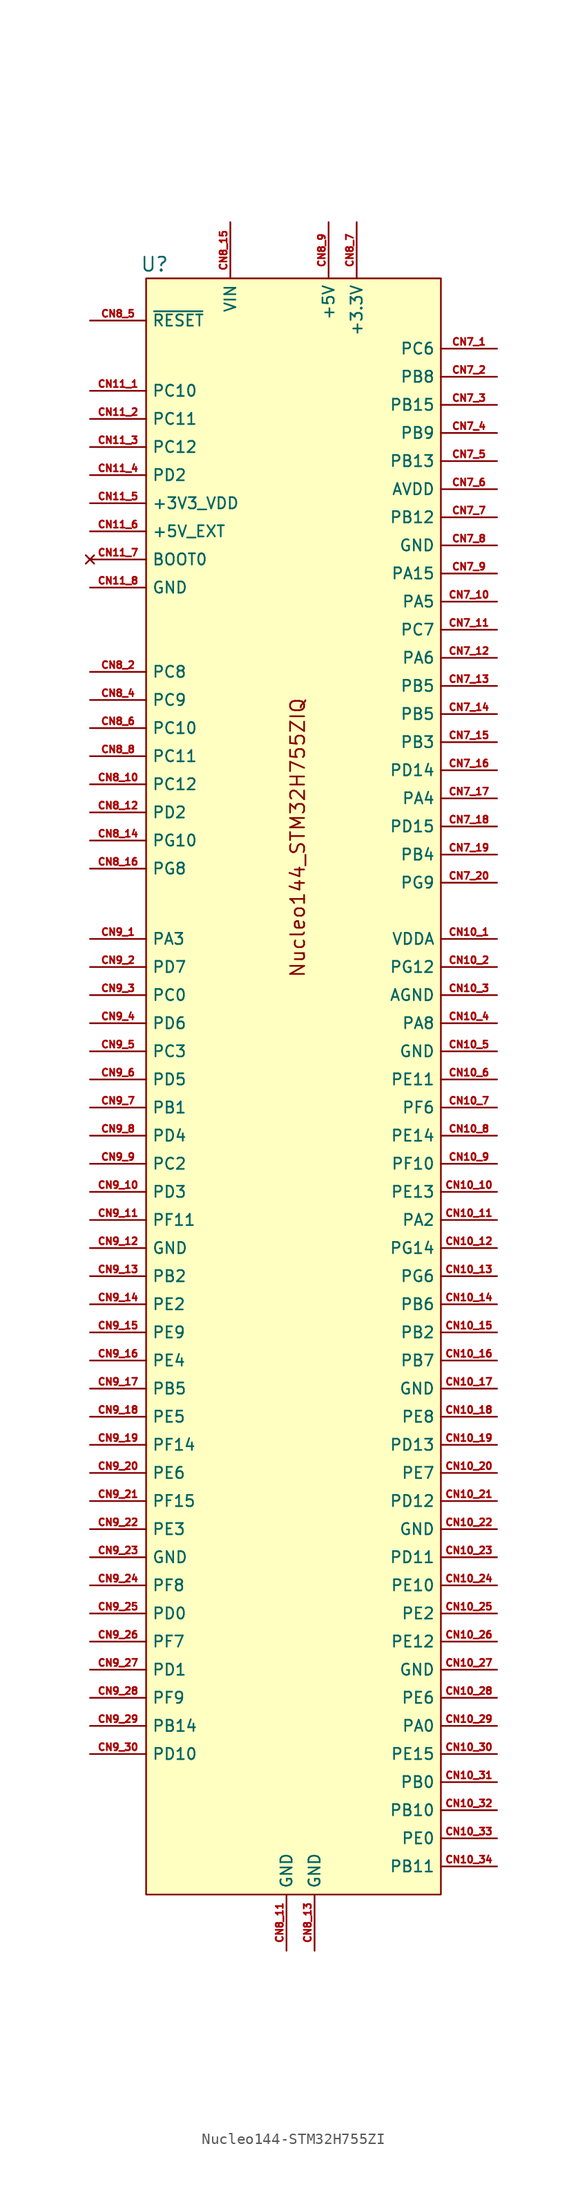
<source format=kicad_sym>
(kicad_symbol_lib
  (version 20231120)
  (generator "kicad_symbol_editor")
  (generator_version "8.0")
  (symbol "Nucleo144-STM32H755ZI"
    (property "Reference" "U"
      (at -13.208 1.27 0)
      (effects (font (size 1.27 1.27))))
    (property "Value" ""
      (at 0 0 0)
      (effects (font (size 1.27 1.27))))
    (symbol "Nucleo144-STM32H755ZI_1_0"
      (pin power_in line (at -1.27 -151.13 90) (length 5.08) (name "GND" (effects (font (size 1.016 1.016)))) (number "CN8_11" (effects (font (size 0.635 0.635)))))
      (pin power_in line (at 1.27 -151.13 90) (length 5.08) (name "GND" (effects (font (size 1.016 1.016)))) (number "CN8_13" (effects (font (size 0.635 0.635))))))
    (symbol "Nucleo144-STM32H755ZI_1_1"
      (rectangle (start -13.97 0) (end 12.7 -146.05) (stroke (width 0) (type default)) (fill (type background)))
      (text "Nucleo144_STM32H755ZIQ" (at -0.254 -50.546 900) (effects (font (size 1.27 1.27))))
      (pin input line (at 17.78 -59.69 180) (length 5.08) (name "VDDA" (effects (font (size 1.016 1.016)))) (number "CN10_1" (effects (font (size 0.635 0.635)))))
      (pin bidirectional line (at 17.78 -82.55 180) (length 5.08) (name "PE13" (effects (font (size 1.016 1.016)))) (number "CN10_10" (effects (font (size 0.635 0.635)))))
      (pin bidirectional line (at 17.78 -85.09 180) (length 5.08) (name "PA2" (effects (font (size 1.016 1.016)))) (number "CN10_11" (effects (font (size 0.635 0.635)))))
      (pin bidirectional line (at 17.78 -87.63 180) (length 5.08) (name "PG14" (effects (font (size 1.016 1.016)))) (number "CN10_12" (effects (font (size 0.635 0.635)))))
      (pin bidirectional line (at 17.78 -90.17 180) (length 5.08) (name "PG6" (effects (font (size 1.016 1.016)))) (number "CN10_13" (effects (font (size 0.635 0.635)))))
      (pin bidirectional line (at 17.78 -92.71 180) (length 5.08) (name "PB6" (effects (font (size 1.016 1.016)))) (number "CN10_14" (effects (font (size 0.635 0.635)))))
      (pin bidirectional line (at 17.78 -95.25 180) (length 5.08) (name "PB2" (effects (font (size 1.016 1.016)))) (number "CN10_15" (effects (font (size 0.635 0.635)))))
      (pin bidirectional line (at 17.78 -97.79 180) (length 5.08) (name "PB7" (effects (font (size 1.016 1.016)))) (number "CN10_16" (effects (font (size 0.635 0.635)))))
      (pin passive line (at 17.78 -100.33 180) (length 5.08) (name "GND" (effects (font (size 1.016 1.016)))) (number "CN10_17" (effects (font (size 0.635 0.635)))))
      (pin bidirectional line (at 17.78 -102.87 180) (length 5.08) (name "PE8" (effects (font (size 1.016 1.016)))) (number "CN10_18" (effects (font (size 0.635 0.635)))))
      (pin bidirectional line (at 17.78 -105.41 180) (length 5.08) (name "PD13" (effects (font (size 1.016 1.016)))) (number "CN10_19" (effects (font (size 0.635 0.635)))))
      (pin bidirectional line (at 17.78 -62.23 180) (length 5.08) (name "PG12" (effects (font (size 1.016 1.016)))) (number "CN10_2" (effects (font (size 0.635 0.635)))))
      (pin bidirectional line (at 17.78 -107.95 180) (length 5.08) (name "PE7" (effects (font (size 1.016 1.016)))) (number "CN10_20" (effects (font (size 0.635 0.635)))))
      (pin bidirectional line (at 17.78 -110.49 180) (length 5.08) (name "PD12" (effects (font (size 1.016 1.016)))) (number "CN10_21" (effects (font (size 0.635 0.635)))))
      (pin passive line (at 17.78 -113.03 180) (length 5.08) (name "GND" (effects (font (size 1.016 1.016)))) (number "CN10_22" (effects (font (size 0.635 0.635)))))
      (pin bidirectional line (at 17.78 -115.57 180) (length 5.08) (name "PD11" (effects (font (size 1.016 1.016)))) (number "CN10_23" (effects (font (size 0.635 0.635)))))
      (pin bidirectional line (at 17.78 -118.11 180) (length 5.08) (name "PE10" (effects (font (size 1.016 1.016)))) (number "CN10_24" (effects (font (size 0.635 0.635)))))
      (pin bidirectional line (at 17.78 -120.65 180) (length 5.08) (name "PE2" (effects (font (size 1.016 1.016)))) (number "CN10_25" (effects (font (size 0.635 0.635)))))
      (pin bidirectional line (at 17.78 -123.19 180) (length 5.08) (name "PE12" (effects (font (size 1.016 1.016)))) (number "CN10_26" (effects (font (size 0.635 0.635)))))
      (pin passive line (at 17.78 -125.73 180) (length 5.08) (name "GND" (effects (font (size 1.016 1.016)))) (number "CN10_27" (effects (font (size 0.635 0.635)))))
      (pin bidirectional line (at 17.78 -128.27 180) (length 5.08) (name "PE6" (effects (font (size 1.016 1.016)))) (number "CN10_28" (effects (font (size 0.635 0.635)))))
      (pin bidirectional line (at 17.78 -130.81 180) (length 5.08) (name "PA0" (effects (font (size 1.016 1.016)))) (number "CN10_29" (effects (font (size 0.635 0.635)))))
      (pin input line (at 17.78 -64.77 180) (length 5.08) (name "AGND" (effects (font (size 1.016 1.016)))) (number "CN10_3" (effects (font (size 0.635 0.635)))))
      (pin bidirectional line (at 17.78 -133.35 180) (length 5.08) (name "PE15" (effects (font (size 1.016 1.016)))) (number "CN10_30" (effects (font (size 0.635 0.635)))))
      (pin bidirectional line (at 17.78 -135.89 180) (length 5.08) (name "PB0" (effects (font (size 1.016 1.016)))) (number "CN10_31" (effects (font (size 0.635 0.635)))))
      (pin bidirectional line (at 17.78 -138.43 180) (length 5.08) (name "PB10" (effects (font (size 1.016 1.016)))) (number "CN10_32" (effects (font (size 0.635 0.635)))))
      (pin bidirectional line (at 17.78 -140.97 180) (length 5.08) (name "PE0" (effects (font (size 1.016 1.016)))) (number "CN10_33" (effects (font (size 0.635 0.635)))))
      (pin bidirectional line (at 17.78 -143.51 180) (length 5.08) (name "PB11" (effects (font (size 1.016 1.016)))) (number "CN10_34" (effects (font (size 0.635 0.635)))))
      (pin bidirectional line (at 17.78 -67.31 180) (length 5.08) (name "PA8" (effects (font (size 1.016 1.016)))) (number "CN10_4" (effects (font (size 0.635 0.635)))))
      (pin passive line (at 17.78 -69.85 180) (length 5.08) (name "GND" (effects (font (size 1.016 1.016)))) (number "CN10_5" (effects (font (size 0.635 0.635)))))
      (pin bidirectional line (at 17.78 -72.39 180) (length 5.08) (name "PE11" (effects (font (size 1.016 1.016)))) (number "CN10_6" (effects (font (size 0.635 0.635)))))
      (pin bidirectional line (at 17.78 -74.93 180) (length 5.08) (name "PF6" (effects (font (size 1.016 1.016)))) (number "CN10_7" (effects (font (size 0.635 0.635)))))
      (pin bidirectional line (at 17.78 -77.47 180) (length 5.08) (name "PE14" (effects (font (size 1.016 1.016)))) (number "CN10_8" (effects (font (size 0.635 0.635)))))
      (pin bidirectional line (at 17.78 -80.01 180) (length 5.08) (name "PF10" (effects (font (size 1.016 1.016)))) (number "CN10_9" (effects (font (size 0.635 0.635)))))
      (pin bidirectional line (at -19.05 -10.16 0) (length 5.08) (name "PC10" (effects (font (size 1.016 1.016)))) (number "CN11_1" (effects (font (size 0.635 0.635)))))
      (pin bidirectional line (at -19.05 -12.7 0) (length 5.08) (name "PC11" (effects (font (size 1.016 1.016)))) (number "CN11_2" (effects (font (size 0.635 0.635)))))
      (pin bidirectional line (at -19.05 -15.24 0) (length 5.08) (name "PC12" (effects (font (size 1.016 1.016)))) (number "CN11_3" (effects (font (size 0.635 0.635)))))
      (pin bidirectional line (at -19.05 -17.78 0) (length 5.08) (name "PD2" (effects (font (size 1.016 1.016)))) (number "CN11_4" (effects (font (size 0.635 0.635)))))
      (pin power_in line (at -19.05 -20.32 0) (length 5.08) (name "+3V3_VDD" (effects (font (size 1.016 1.016)))) (number "CN11_5" (effects (font (size 0.635 0.635)))))
      (pin power_in line (at -19.05 -22.86 0) (length 5.08) (name "+5V_EXT" (effects (font (size 1.016 1.016)))) (number "CN11_6" (effects (font (size 0.635 0.635)))))
      (pin no_connect line (at -19.05 -25.4 0) (length 5.08) (name "BOOT0" (effects (font (size 1.016 1.016)))) (number "CN11_7" (effects (font (size 0.635 0.635)))))
      (pin power_in line (at -19.05 -27.94 0) (length 5.08) (name "GND" (effects (font (size 1.016 1.016)))) (number "CN11_8" (effects (font (size 0.635 0.635)))))
      (pin bidirectional line (at 17.78 -6.35 180) (length 5.08) (name "PC6" (effects (font (size 1.016 1.016)))) (number "CN7_1" (effects (font (size 0.635 0.635)))))
      (pin bidirectional line (at 17.78 -29.21 180) (length 5.08) (name "PA5" (effects (font (size 1.016 1.016)))) (number "CN7_10" (effects (font (size 0.635 0.635)))))
      (pin bidirectional line (at 17.78 -31.75 180) (length 5.08) (name "PC7" (effects (font (size 1.016 1.016)))) (number "CN7_11" (effects (font (size 0.635 0.635)))))
      (pin bidirectional line (at 17.78 -34.29 180) (length 5.08) (name "PA6" (effects (font (size 1.016 1.016)))) (number "CN7_12" (effects (font (size 0.635 0.635)))))
      (pin bidirectional line (at 17.78 -36.83 180) (length 5.08) (name "PB5" (effects (font (size 1.016 1.016)))) (number "CN7_13" (effects (font (size 0.635 0.635)))))
      (pin bidirectional line (at 17.78 -39.37 180) (length 5.08) (name "PB5" (effects (font (size 1.016 1.016)))) (number "CN7_14" (effects (font (size 0.635 0.635)))))
      (pin bidirectional line (at 17.78 -41.91 180) (length 5.08) (name "PB3" (effects (font (size 1.016 1.016)))) (number "CN7_15" (effects (font (size 0.635 0.635)))))
      (pin bidirectional line (at 17.78 -44.45 180) (length 5.08) (name "PD14" (effects (font (size 1.016 1.016)))) (number "CN7_16" (effects (font (size 0.635 0.635)))))
      (pin bidirectional line (at 17.78 -46.99 180) (length 5.08) (name "PA4" (effects (font (size 1.016 1.016)))) (number "CN7_17" (effects (font (size 0.635 0.635)))))
      (pin bidirectional line (at 17.78 -49.53 180) (length 5.08) (name "PD15" (effects (font (size 1.016 1.016)))) (number "CN7_18" (effects (font (size 0.635 0.635)))))
      (pin bidirectional line (at 17.78 -52.07 180) (length 5.08) (name "PB4" (effects (font (size 1.016 1.016)))) (number "CN7_19" (effects (font (size 0.635 0.635)))))
      (pin bidirectional line (at 17.78 -8.89 180) (length 5.08) (name "PB8" (effects (font (size 1.016 1.016)))) (number "CN7_2" (effects (font (size 0.635 0.635)))))
      (pin bidirectional line (at 17.78 -54.61 180) (length 5.08) (name "PG9" (effects (font (size 1.016 1.016)))) (number "CN7_20" (effects (font (size 0.635 0.635)))))
      (pin bidirectional line (at 17.78 -11.43 180) (length 5.08) (name "PB15" (effects (font (size 1.016 1.016)))) (number "CN7_3" (effects (font (size 0.635 0.635)))))
      (pin bidirectional line (at 17.78 -13.97 180) (length 5.08) (name "PB9" (effects (font (size 1.016 1.016)))) (number "CN7_4" (effects (font (size 0.635 0.635)))))
      (pin bidirectional line (at 17.78 -16.51 180) (length 5.08) (name "PB13" (effects (font (size 1.016 1.016)))) (number "CN7_5" (effects (font (size 0.635 0.635)))))
      (pin input line (at 17.78 -19.05 180) (length 5.08) (name "AVDD" (effects (font (size 1.016 1.016)))) (number "CN7_6" (effects (font (size 0.635 0.635)))))
      (pin bidirectional line (at 17.78 -21.59 180) (length 5.08) (name "PB12" (effects (font (size 1.016 1.016)))) (number "CN7_7" (effects (font (size 0.635 0.635)))))
      (pin passive line (at 17.78 -24.13 180) (length 5.08) (name "GND" (effects (font (size 1.016 1.016)))) (number "CN7_8" (effects (font (size 0.635 0.635)))))
      (pin bidirectional line (at 17.78 -26.67 180) (length 5.08) (name "PA15" (effects (font (size 1.016 1.016)))) (number "CN7_9" (effects (font (size 0.635 0.635)))))
      (pin no_connect line (at -10.16 5.08 270) (length 5.08) hide (name "NC" (effects (font (size 1.016 1.016)))) (number "CN8_1" (effects (font (size 0.635 0.635)))))
      (pin bidirectional line (at -19.05 -45.72 0) (length 5.08) (name "PC12" (effects (font (size 1.016 1.016)))) (number "CN8_10" (effects (font (size 0.635 0.635)))))
      (pin bidirectional line (at -19.05 -48.26 0) (length 5.08) (name "PD2" (effects (font (size 1.016 1.016)))) (number "CN8_12" (effects (font (size 0.635 0.635)))))
      (pin bidirectional line (at -19.05 -50.8 0) (length 5.08) (name "PG10" (effects (font (size 1.016 1.016)))) (number "CN8_14" (effects (font (size 0.635 0.635)))))
      (pin power_in line (at -6.35 5.08 270) (length 5.08) (name "VIN" (effects (font (size 1.016 1.016)))) (number "CN8_15" (effects (font (size 0.635 0.635)))))
      (pin bidirectional line (at -19.05 -53.34 0) (length 5.08) (name "PG8" (effects (font (size 1.016 1.016)))) (number "CN8_16" (effects (font (size 0.635 0.635)))))
      (pin bidirectional line (at -19.05 -35.56 0) (length 5.08) (name "PC8" (effects (font (size 1.016 1.016)))) (number "CN8_2" (effects (font (size 0.635 0.635)))))
      (pin no_connect line (at -19.05 -1.27 0) (length 5.08) hide (name "IOREF" (effects (font (size 1.016 1.016)))) (number "CN8_3" (effects (font (size 0.635 0.635)))))
      (pin bidirectional line (at -19.05 -38.1 0) (length 5.08) (name "PC9" (effects (font (size 1.016 1.016)))) (number "CN8_4" (effects (font (size 0.635 0.635)))))
      (pin input line (at -19.05 -3.81 0) (length 5.08) (name "~{RESET}" (effects (font (size 1.016 1.016)))) (number "CN8_5" (effects (font (size 0.635 0.635)))))
      (pin bidirectional line (at -19.05 -40.64 0) (length 5.08) (name "PC10" (effects (font (size 1.016 1.016)))) (number "CN8_6" (effects (font (size 0.635 0.635)))))
      (pin power_out line (at 5.08 5.08 270) (length 5.08) (name "+3.3V" (effects (font (size 1.016 1.016)))) (number "CN8_7" (effects (font (size 0.635 0.635)))))
      (pin bidirectional line (at -19.05 -43.18 0) (length 5.08) (name "PC11" (effects (font (size 1.016 1.016)))) (number "CN8_8" (effects (font (size 0.635 0.635)))))
      (pin power_out line (at 2.54 5.08 270) (length 5.08) (name "+5V" (effects (font (size 1.016 1.016)))) (number "CN8_9" (effects (font (size 0.635 0.635)))))
      (pin bidirectional line (at -19.05 -59.69 0) (length 5.08) (name "PA3" (effects (font (size 1.016 1.016)))) (number "CN9_1" (effects (font (size 0.635 0.635)))))
      (pin bidirectional line (at -19.05 -82.55 0) (length 5.08) (name "PD3" (effects (font (size 1.016 1.016)))) (number "CN9_10" (effects (font (size 0.635 0.635)))))
      (pin bidirectional line (at -19.05 -85.09 0) (length 5.08) (name "PF11" (effects (font (size 1.016 1.016)))) (number "CN9_11" (effects (font (size 0.635 0.635)))))
      (pin passive line (at -19.05 -87.63 0) (length 5.08) (name "GND" (effects (font (size 1.016 1.016)))) (number "CN9_12" (effects (font (size 0.635 0.635)))))
      (pin bidirectional line (at -19.05 -90.17 0) (length 5.08) (name "PB2" (effects (font (size 1.016 1.016)))) (number "CN9_13" (effects (font (size 0.635 0.635)))))
      (pin bidirectional line (at -19.05 -92.71 0) (length 5.08) (name "PE2" (effects (font (size 1.016 1.016)))) (number "CN9_14" (effects (font (size 0.635 0.635)))))
      (pin bidirectional line (at -19.05 -95.25 0) (length 5.08) (name "PE9" (effects (font (size 1.016 1.016)))) (number "CN9_15" (effects (font (size 0.635 0.635)))))
      (pin bidirectional line (at -19.05 -97.79 0) (length 5.08) (name "PE4" (effects (font (size 1.016 1.016)))) (number "CN9_16" (effects (font (size 0.635 0.635)))))
      (pin bidirectional line (at -19.05 -100.33 0) (length 5.08) (name "PB5" (effects (font (size 1.016 1.016)))) (number "CN9_17" (effects (font (size 0.635 0.635)))))
      (pin bidirectional line (at -19.05 -102.87 0) (length 5.08) (name "PE5" (effects (font (size 1.016 1.016)))) (number "CN9_18" (effects (font (size 0.635 0.635)))))
      (pin bidirectional line (at -19.05 -105.41 0) (length 5.08) (name "PF14" (effects (font (size 1.016 1.016)))) (number "CN9_19" (effects (font (size 0.635 0.635)))))
      (pin bidirectional line (at -19.05 -62.23 0) (length 5.08) (name "PD7" (effects (font (size 1.016 1.016)))) (number "CN9_2" (effects (font (size 0.635 0.635)))))
      (pin bidirectional line (at -19.05 -107.95 0) (length 5.08) (name "PE6" (effects (font (size 1.016 1.016)))) (number "CN9_20" (effects (font (size 0.635 0.635)))))
      (pin bidirectional line (at -19.05 -110.49 0) (length 5.08) (name "PF15" (effects (font (size 1.016 1.016)))) (number "CN9_21" (effects (font (size 0.635 0.635)))))
      (pin bidirectional line (at -19.05 -113.03 0) (length 5.08) (name "PE3" (effects (font (size 1.016 1.016)))) (number "CN9_22" (effects (font (size 0.635 0.635)))))
      (pin passive line (at -19.05 -115.57 0) (length 5.08) (name "GND" (effects (font (size 1.016 1.016)))) (number "CN9_23" (effects (font (size 0.635 0.635)))))
      (pin bidirectional line (at -19.05 -118.11 0) (length 5.08) (name "PF8" (effects (font (size 1.016 1.016)))) (number "CN9_24" (effects (font (size 0.635 0.635)))))
      (pin bidirectional line (at -19.05 -120.65 0) (length 5.08) (name "PD0" (effects (font (size 1.016 1.016)))) (number "CN9_25" (effects (font (size 0.635 0.635)))))
      (pin bidirectional line (at -19.05 -123.19 0) (length 5.08) (name "PF7" (effects (font (size 1.016 1.016)))) (number "CN9_26" (effects (font (size 0.635 0.635)))))
      (pin bidirectional line (at -19.05 -125.73 0) (length 5.08) (name "PD1" (effects (font (size 1.016 1.016)))) (number "CN9_27" (effects (font (size 0.635 0.635)))))
      (pin bidirectional line (at -19.05 -128.27 0) (length 5.08) (name "PF9" (effects (font (size 1.016 1.016)))) (number "CN9_28" (effects (font (size 0.635 0.635)))))
      (pin bidirectional line (at -19.05 -130.81 0) (length 5.08) (name "PB14" (effects (font (size 1.016 1.016)))) (number "CN9_29" (effects (font (size 0.635 0.635)))))
      (pin bidirectional line (at -19.05 -64.77 0) (length 5.08) (name "PC0" (effects (font (size 1.016 1.016)))) (number "CN9_3" (effects (font (size 0.635 0.635)))))
      (pin bidirectional line (at -19.05 -133.35 0) (length 5.08) (name "PD10" (effects (font (size 1.016 1.016)))) (number "CN9_30" (effects (font (size 0.635 0.635)))))
      (pin bidirectional line (at -19.05 -67.31 0) (length 5.08) (name "PD6" (effects (font (size 1.016 1.016)))) (number "CN9_4" (effects (font (size 0.635 0.635)))))
      (pin bidirectional line (at -19.05 -69.85 0) (length 5.08) (name "PC3" (effects (font (size 1.016 1.016)))) (number "CN9_5" (effects (font (size 0.635 0.635)))))
      (pin bidirectional line (at -19.05 -72.39 0) (length 5.08) (name "PD5" (effects (font (size 1.016 1.016)))) (number "CN9_6" (effects (font (size 0.635 0.635)))))
      (pin bidirectional line (at -19.05 -74.93 0) (length 5.08) (name "PB1" (effects (font (size 1.016 1.016)))) (number "CN9_7" (effects (font (size 0.635 0.635)))))
      (pin bidirectional line (at -19.05 -77.47 0) (length 5.08) (name "PD4" (effects (font (size 1.016 1.016)))) (number "CN9_8" (effects (font (size 0.635 0.635)))))
      (pin bidirectional line (at -19.05 -80.01 0) (length 5.08) (name "PC2" (effects (font (size 1.016 1.016)))) (number "CN9_9" (effects (font (size 0.635 0.635))))))))
</source>
